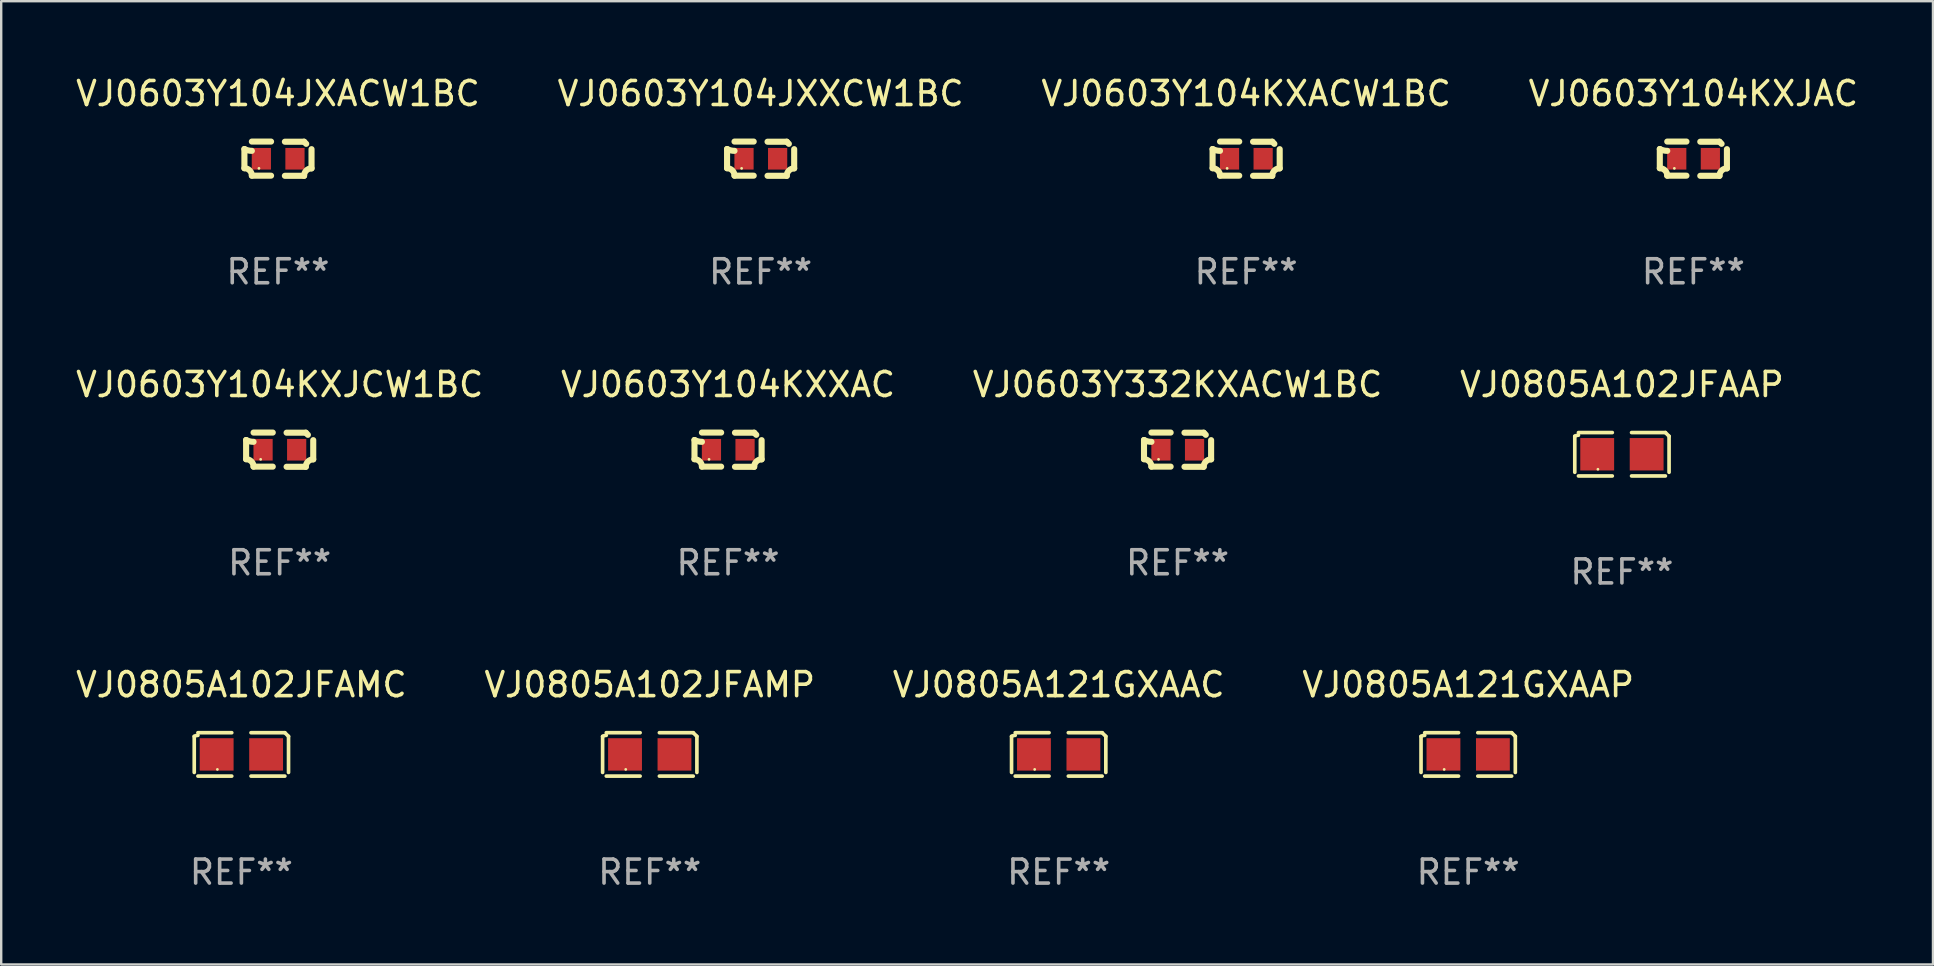
<source format=kicad_pcb>
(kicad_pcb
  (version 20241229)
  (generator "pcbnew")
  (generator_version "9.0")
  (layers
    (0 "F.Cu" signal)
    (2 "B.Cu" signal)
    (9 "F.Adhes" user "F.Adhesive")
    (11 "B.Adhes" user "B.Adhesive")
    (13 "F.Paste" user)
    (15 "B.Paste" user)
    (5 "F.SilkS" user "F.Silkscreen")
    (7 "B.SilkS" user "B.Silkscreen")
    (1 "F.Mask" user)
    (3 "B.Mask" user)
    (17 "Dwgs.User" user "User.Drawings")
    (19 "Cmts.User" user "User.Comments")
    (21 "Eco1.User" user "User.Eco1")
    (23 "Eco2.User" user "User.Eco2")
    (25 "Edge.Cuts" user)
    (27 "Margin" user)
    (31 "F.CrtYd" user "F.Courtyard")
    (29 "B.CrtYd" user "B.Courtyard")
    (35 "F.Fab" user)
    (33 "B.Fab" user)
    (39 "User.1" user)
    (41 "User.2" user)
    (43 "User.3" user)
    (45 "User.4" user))
  (footprint "VJ0805A102JFAMC"
    (layer "F.Cu")
    (at 7.006 28.378)
    (property "Reference" "VJ0805A102JFAMC" (at 0 -2.904 0) (layer "F.SilkS") (effects (font (size 1 1) (thickness 0.15))))
    (attr through_hole)
    (fp_line (start -1.964 0.751) (end -1.964 -0.751) (stroke (width 0.152) (type solid)) (layer "F.SilkS"))
    (fp_line (start -1.811 -0.904) (end -0.401 -0.904) (stroke (width 0.152) (type solid)) (layer "F.SilkS"))
    (fp_line (start -0.401 0.904) (end -1.811 0.904) (stroke (width 0.152) (type solid)) (layer "F.SilkS"))
    (fp_line (start 0.401 0.904) (end 1.811 0.904) (stroke (width 0.152) (type solid)) (layer "F.SilkS"))
    (fp_line (start 1.811 -0.904) (end 0.401 -0.904) (stroke (width 0.152) (type solid)) (layer "F.SilkS"))
    (fp_line (start 1.964 0.751) (end 1.964 -0.751) (stroke (width 0.152) (type solid)) (layer "F.SilkS"))
    (fp_arc (start -1.963602 -0.751207) (mid -1.890354 -0.783131) (end -1.811201 -0.794044) (stroke (width 0.1524) (type solid)) (layer "F.SilkS"))
    (fp_arc (start 1.811202 -0.903607) (mid 1.887413 -0.827418) (end 1.963602 -0.751207) (stroke (width 0.1524) (type solid)) (layer "F.SilkS"))
    (fp_circle (center -1 0.625) (end -0.97 0.625) (stroke (width 0.06) (type solid)) (fill no) (layer "F.SilkS"))
    (fp_text user "REF**" (at 0 4.904 0) (layer "F.Fab") (effects (font (size 1 1) (thickness 0.15))))
    (pad "1" smd rect (at -1.03 0) (size 1.41 1.35) (layers "F.Cu" "F.Mask" "F.Paste"))
    (pad "2" smd rect (at 1.03 0) (size 1.41 1.35) (layers "F.Cu" "F.Mask" "F.Paste")))
  (footprint "VJ0805A121GXAAC"
    (layer "F.Cu")
    (at 41.054 28.378)
    (property "Reference" "VJ0805A121GXAAC" (at 0 -2.904 0) (layer "F.SilkS") (effects (font (size 1 1) (thickness 0.15))))
    (attr through_hole)
    (fp_line (start -1.964 0.751) (end -1.964 -0.751) (stroke (width 0.152) (type solid)) (layer "F.SilkS"))
    (fp_line (start -1.811 -0.904) (end -0.401 -0.904) (stroke (width 0.152) (type solid)) (layer "F.SilkS"))
    (fp_line (start -0.401 0.904) (end -1.811 0.904) (stroke (width 0.152) (type solid)) (layer "F.SilkS"))
    (fp_line (start 0.401 0.904) (end 1.811 0.904) (stroke (width 0.152) (type solid)) (layer "F.SilkS"))
    (fp_line (start 1.811 -0.904) (end 0.401 -0.904) (stroke (width 0.152) (type solid)) (layer "F.SilkS"))
    (fp_line (start 1.964 0.751) (end 1.964 -0.751) (stroke (width 0.152) (type solid)) (layer "F.SilkS"))
    (fp_arc (start -1.963602 -0.751207) (mid -1.890354 -0.783131) (end -1.811201 -0.794044) (stroke (width 0.1524) (type solid)) (layer "F.SilkS"))
    (fp_arc (start 1.811202 -0.903607) (mid 1.887413 -0.827418) (end 1.963602 -0.751207) (stroke (width 0.1524) (type solid)) (layer "F.SilkS"))
    (fp_circle (center -1 0.625) (end -0.97 0.625) (stroke (width 0.06) (type solid)) (fill no) (layer "F.SilkS"))
    (fp_text user "REF**" (at 0 4.904 0) (layer "F.Fab") (effects (font (size 1 1) (thickness 0.15))))
    (pad "1" smd rect (at -1.03 0) (size 1.41 1.35) (layers "F.Cu" "F.Mask" "F.Paste"))
    (pad "2" smd rect (at 1.03 0) (size 1.41 1.35) (layers "F.Cu" "F.Mask" "F.Paste")))
  (footprint "VJ0805A121GXAAP"
    (layer "F.Cu")
    (at 58.113 28.378)
    (property "Reference" "VJ0805A121GXAAP" (at 0 -2.904 0) (layer "F.SilkS") (effects (font (size 1 1) (thickness 0.15))))
    (attr through_hole)
    (fp_line (start -1.964 0.751) (end -1.964 -0.751) (stroke (width 0.152) (type solid)) (layer "F.SilkS"))
    (fp_line (start -1.811 -0.904) (end -0.401 -0.904) (stroke (width 0.152) (type solid)) (layer "F.SilkS"))
    (fp_line (start -0.401 0.904) (end -1.811 0.904) (stroke (width 0.152) (type solid)) (layer "F.SilkS"))
    (fp_line (start 0.401 0.904) (end 1.811 0.904) (stroke (width 0.152) (type solid)) (layer "F.SilkS"))
    (fp_line (start 1.811 -0.904) (end 0.401 -0.904) (stroke (width 0.152) (type solid)) (layer "F.SilkS"))
    (fp_line (start 1.964 0.751) (end 1.964 -0.751) (stroke (width 0.152) (type solid)) (layer "F.SilkS"))
    (fp_arc (start -1.963602 -0.751207) (mid -1.890354 -0.783131) (end -1.811201 -0.794044) (stroke (width 0.1524) (type solid)) (layer "F.SilkS"))
    (fp_arc (start 1.811202 -0.903607) (mid 1.887413 -0.827418) (end 1.963602 -0.751207) (stroke (width 0.1524) (type solid)) (layer "F.SilkS"))
    (fp_circle (center -1 0.625) (end -0.97 0.625) (stroke (width 0.06) (type solid)) (fill no) (layer "F.SilkS"))
    (fp_text user "REF**" (at 0 4.904 0) (layer "F.Fab") (effects (font (size 1 1) (thickness 0.15))))
    (pad "1" smd rect (at -1.03 0) (size 1.41 1.35) (layers "F.Cu" "F.Mask" "F.Paste"))
    (pad "2" smd rect (at 1.03 0) (size 1.41 1.35) (layers "F.Cu" "F.Mask" "F.Paste")))
  (footprint "VJ0603Y332KXACW1BC"
    (layer "F.Cu")
    (at 46.006 15.683)
    (property "Reference" "VJ0603Y332KXACW1BC" (at 0 -2.713 0) (layer "F.SilkS") (effects (font (size 1 1) (thickness 0.15))))
    (attr through_hole)
    (fp_line (start -1.398 -0.403) (end -1.398 0.397) (stroke (width 0.254) (type solid)) (layer "F.SilkS"))
    (fp_line (start -0.288 -0.713) (end -1.088 -0.713) (stroke (width 0.254) (type solid)) (layer "F.SilkS"))
    (fp_line (start -0.288 0.707) (end -1.088 0.707) (stroke (width 0.254) (type solid)) (layer "F.SilkS"))
    (fp_line (start 0.288 -0.707) (end 1.088 -0.707) (stroke (width 0.254) (type solid)) (layer "F.SilkS"))
    (fp_line (start 0.288 0.713) (end 1.088 0.713) (stroke (width 0.254) (type solid)) (layer "F.SilkS"))
    (fp_line (start 1.398 -0.397) (end 1.398 0.403) (stroke (width 0.254) (type solid)) (layer "F.SilkS"))
    (fp_arc (start -1.397789 0.397066) (mid -1.178701 0.487826) (end -1.08796 0.706922) (stroke (width 0.254001) (type solid)) (layer "F.SilkS"))
    (fp_arc (start -1.08796 -0.327176) (mid -1.247436 -0.346384) (end -1.39779 -0.402908) (stroke (width 0.254001) (type solid)) (layer "F.SilkS"))
    (fp_arc (start 1.087909 0.712738) (mid 1.178656 0.493655) (end 1.397739 0.402908) (stroke (width 0.254001) (type solid)) (layer "F.SilkS"))
    (fp_arc (start 1.175925 -0.618926) (mid 1.131917 -0.662923) (end 1.08791 -0.706922) (stroke (width 0.254001) (type solid)) (layer "F.SilkS"))
    (fp_circle (center -0.792 0.403) (end -0.762 0.403) (stroke (width 0.06) (type solid)) (fill no) (layer "F.SilkS"))
    (fp_text user "REF**" (at 0 4.713 0) (layer "F.Fab") (effects (font (size 1 1) (thickness 0.15))))
    (pad "1" smd rect (at -0.692 0.003) (size 0.8 0.9) (layers "F.Cu" "F.Mask" "F.Paste"))
    (pad "2" smd rect (at 0.708 0.003) (size 0.8 0.9) (layers "F.Cu" "F.Mask" "F.Paste")))
  (footprint "VJ0603Y104JXXCW1BC"
    (layer "F.Cu")
    (at 28.637 3.561)
    (property "Reference" "VJ0603Y104JXXCW1BC" (at 0 -2.713 0) (layer "F.SilkS") (effects (font (size 1 1) (thickness 0.15))))
    (attr through_hole)
    (fp_line (start -1.398 -0.403) (end -1.398 0.397) (stroke (width 0.254) (type solid)) (layer "F.SilkS"))
    (fp_line (start -0.288 -0.713) (end -1.088 -0.713) (stroke (width 0.254) (type solid)) (layer "F.SilkS"))
    (fp_line (start -0.288 0.707) (end -1.088 0.707) (stroke (width 0.254) (type solid)) (layer "F.SilkS"))
    (fp_line (start 0.288 -0.707) (end 1.088 -0.707) (stroke (width 0.254) (type solid)) (layer "F.SilkS"))
    (fp_line (start 0.288 0.713) (end 1.088 0.713) (stroke (width 0.254) (type solid)) (layer "F.SilkS"))
    (fp_line (start 1.398 -0.397) (end 1.398 0.403) (stroke (width 0.254) (type solid)) (layer "F.SilkS"))
    (fp_arc (start -1.397789 0.397066) (mid -1.178701 0.487826) (end -1.08796 0.706922) (stroke (width 0.254001) (type solid)) (layer "F.SilkS"))
    (fp_arc (start -1.08796 -0.327176) (mid -1.247436 -0.346384) (end -1.39779 -0.402908) (stroke (width 0.254001) (type solid)) (layer "F.SilkS"))
    (fp_arc (start 1.087909 0.712738) (mid 1.178656 0.493655) (end 1.397739 0.402908) (stroke (width 0.254001) (type solid)) (layer "F.SilkS"))
    (fp_arc (start 1.175925 -0.618926) (mid 1.131917 -0.662923) (end 1.08791 -0.706922) (stroke (width 0.254001) (type solid)) (layer "F.SilkS"))
    (fp_circle (center -0.792 0.403) (end -0.762 0.403) (stroke (width 0.06) (type solid)) (fill no) (layer "F.SilkS"))
    (fp_text user "REF**" (at 0 4.713 0) (layer "F.Fab") (effects (font (size 1 1) (thickness 0.15))))
    (pad "1" smd rect (at -0.692 0.003) (size 0.8 0.9) (layers "F.Cu" "F.Mask" "F.Paste"))
    (pad "2" smd rect (at 0.708 0.003) (size 0.8 0.9) (layers "F.Cu" "F.Mask" "F.Paste")))
  (footprint "VJ0603Y104JXACW1BC"
    (layer "F.Cu")
    (at 8.53 3.561)
    (property "Reference" "VJ0603Y104JXACW1BC" (at 0 -2.713 0) (layer "F.SilkS") (effects (font (size 1 1) (thickness 0.15))))
    (attr through_hole)
    (fp_line (start -1.398 -0.403) (end -1.398 0.397) (stroke (width 0.254) (type solid)) (layer "F.SilkS"))
    (fp_line (start -0.288 -0.713) (end -1.088 -0.713) (stroke (width 0.254) (type solid)) (layer "F.SilkS"))
    (fp_line (start -0.288 0.707) (end -1.088 0.707) (stroke (width 0.254) (type solid)) (layer "F.SilkS"))
    (fp_line (start 0.288 -0.707) (end 1.088 -0.707) (stroke (width 0.254) (type solid)) (layer "F.SilkS"))
    (fp_line (start 0.288 0.713) (end 1.088 0.713) (stroke (width 0.254) (type solid)) (layer "F.SilkS"))
    (fp_line (start 1.398 -0.397) (end 1.398 0.403) (stroke (width 0.254) (type solid)) (layer "F.SilkS"))
    (fp_arc (start -1.397789 0.397066) (mid -1.178701 0.487826) (end -1.08796 0.706922) (stroke (width 0.254001) (type solid)) (layer "F.SilkS"))
    (fp_arc (start -1.08796 -0.327176) (mid -1.247436 -0.346384) (end -1.39779 -0.402908) (stroke (width 0.254001) (type solid)) (layer "F.SilkS"))
    (fp_arc (start 1.087909 0.712738) (mid 1.178656 0.493655) (end 1.397739 0.402908) (stroke (width 0.254001) (type solid)) (layer "F.SilkS"))
    (fp_arc (start 1.175925 -0.618926) (mid 1.131917 -0.662923) (end 1.08791 -0.706922) (stroke (width 0.254001) (type solid)) (layer "F.SilkS"))
    (fp_circle (center -0.792 0.403) (end -0.762 0.403) (stroke (width 0.06) (type solid)) (fill no) (layer "F.SilkS"))
    (fp_text user "REF**" (at 0 4.713 0) (layer "F.Fab") (effects (font (size 1 1) (thickness 0.15))))
    (pad "1" smd rect (at -0.692 0.003) (size 0.8 0.9) (layers "F.Cu" "F.Mask" "F.Paste"))
    (pad "2" smd rect (at 0.708 0.003) (size 0.8 0.9) (layers "F.Cu" "F.Mask" "F.Paste")))
  (footprint "VJ0603Y104KXJCW1BC"
    (layer "F.Cu")
    (at 8.601 15.683)
    (property "Reference" "VJ0603Y104KXJCW1BC" (at 0 -2.713 0) (layer "F.SilkS") (effects (font (size 1 1) (thickness 0.15))))
    (attr through_hole)
    (fp_line (start -1.398 -0.403) (end -1.398 0.397) (stroke (width 0.254) (type solid)) (layer "F.SilkS"))
    (fp_line (start -0.288 -0.713) (end -1.088 -0.713) (stroke (width 0.254) (type solid)) (layer "F.SilkS"))
    (fp_line (start -0.288 0.707) (end -1.088 0.707) (stroke (width 0.254) (type solid)) (layer "F.SilkS"))
    (fp_line (start 0.288 -0.707) (end 1.088 -0.707) (stroke (width 0.254) (type solid)) (layer "F.SilkS"))
    (fp_line (start 0.288 0.713) (end 1.088 0.713) (stroke (width 0.254) (type solid)) (layer "F.SilkS"))
    (fp_line (start 1.398 -0.397) (end 1.398 0.403) (stroke (width 0.254) (type solid)) (layer "F.SilkS"))
    (fp_arc (start -1.397789 0.397066) (mid -1.178701 0.487826) (end -1.08796 0.706922) (stroke (width 0.254001) (type solid)) (layer "F.SilkS"))
    (fp_arc (start -1.08796 -0.327176) (mid -1.247436 -0.346384) (end -1.39779 -0.402908) (stroke (width 0.254001) (type solid)) (layer "F.SilkS"))
    (fp_arc (start 1.087909 0.712738) (mid 1.178656 0.493655) (end 1.397739 0.402908) (stroke (width 0.254001) (type solid)) (layer "F.SilkS"))
    (fp_arc (start 1.175925 -0.618926) (mid 1.131917 -0.662923) (end 1.08791 -0.706922) (stroke (width 0.254001) (type solid)) (layer "F.SilkS"))
    (fp_circle (center -0.792 0.403) (end -0.762 0.403) (stroke (width 0.06) (type solid)) (fill no) (layer "F.SilkS"))
    (fp_text user "REF**" (at 0 4.713 0) (layer "F.Fab") (effects (font (size 1 1) (thickness 0.15))))
    (pad "1" smd rect (at -0.692 0.003) (size 0.8 0.9) (layers "F.Cu" "F.Mask" "F.Paste"))
    (pad "2" smd rect (at 0.708 0.003) (size 0.8 0.9) (layers "F.Cu" "F.Mask" "F.Paste")))
  (footprint "VJ0603Y104KXACW1BC"
    (layer "F.Cu")
    (at 48.863 3.561)
    (property "Reference" "VJ0603Y104KXACW1BC" (at 0 -2.713 0) (layer "F.SilkS") (effects (font (size 1 1) (thickness 0.15))))
    (attr through_hole)
    (fp_line (start -1.398 -0.403) (end -1.398 0.397) (stroke (width 0.254) (type solid)) (layer "F.SilkS"))
    (fp_line (start -0.288 -0.713) (end -1.088 -0.713) (stroke (width 0.254) (type solid)) (layer "F.SilkS"))
    (fp_line (start -0.288 0.707) (end -1.088 0.707) (stroke (width 0.254) (type solid)) (layer "F.SilkS"))
    (fp_line (start 0.288 -0.707) (end 1.088 -0.707) (stroke (width 0.254) (type solid)) (layer "F.SilkS"))
    (fp_line (start 0.288 0.713) (end 1.088 0.713) (stroke (width 0.254) (type solid)) (layer "F.SilkS"))
    (fp_line (start 1.398 -0.397) (end 1.398 0.403) (stroke (width 0.254) (type solid)) (layer "F.SilkS"))
    (fp_arc (start -1.397789 0.397066) (mid -1.178701 0.487826) (end -1.08796 0.706922) (stroke (width 0.254001) (type solid)) (layer "F.SilkS"))
    (fp_arc (start -1.08796 -0.327176) (mid -1.247436 -0.346384) (end -1.39779 -0.402908) (stroke (width 0.254001) (type solid)) (layer "F.SilkS"))
    (fp_arc (start 1.087909 0.712738) (mid 1.178656 0.493655) (end 1.397739 0.402908) (stroke (width 0.254001) (type solid)) (layer "F.SilkS"))
    (fp_arc (start 1.175925 -0.618926) (mid 1.131917 -0.662923) (end 1.08791 -0.706922) (stroke (width 0.254001) (type solid)) (layer "F.SilkS"))
    (fp_circle (center -0.792 0.403) (end -0.762 0.403) (stroke (width 0.06) (type solid)) (fill no) (layer "F.SilkS"))
    (fp_text user "REF**" (at 0 4.713 0) (layer "F.Fab") (effects (font (size 1 1) (thickness 0.15))))
    (pad "1" smd rect (at -0.692 0.003) (size 0.8 0.9) (layers "F.Cu" "F.Mask" "F.Paste"))
    (pad "2" smd rect (at 0.708 0.003) (size 0.8 0.9) (layers "F.Cu" "F.Mask" "F.Paste")))
  (footprint "VJ0805A102JFAAP"
    (layer "F.Cu")
    (at 64.518 15.874)
    (property "Reference" "VJ0805A102JFAAP" (at 0 -2.904 0) (layer "F.SilkS") (effects (font (size 1 1) (thickness 0.15))))
    (attr through_hole)
    (fp_line (start -1.964 0.751) (end -1.964 -0.751) (stroke (width 0.152) (type solid)) (layer "F.SilkS"))
    (fp_line (start -1.811 -0.904) (end -0.401 -0.904) (stroke (width 0.152) (type solid)) (layer "F.SilkS"))
    (fp_line (start -0.401 0.904) (end -1.811 0.904) (stroke (width 0.152) (type solid)) (layer "F.SilkS"))
    (fp_line (start 0.401 0.904) (end 1.811 0.904) (stroke (width 0.152) (type solid)) (layer "F.SilkS"))
    (fp_line (start 1.811 -0.904) (end 0.401 -0.904) (stroke (width 0.152) (type solid)) (layer "F.SilkS"))
    (fp_line (start 1.964 0.751) (end 1.964 -0.751) (stroke (width 0.152) (type solid)) (layer "F.SilkS"))
    (fp_arc (start -1.963602 -0.751207) (mid -1.890354 -0.783131) (end -1.811201 -0.794044) (stroke (width 0.1524) (type solid)) (layer "F.SilkS"))
    (fp_arc (start 1.811202 -0.903607) (mid 1.887413 -0.827418) (end 1.963602 -0.751207) (stroke (width 0.1524) (type solid)) (layer "F.SilkS"))
    (fp_circle (center -1 0.625) (end -0.97 0.625) (stroke (width 0.06) (type solid)) (fill no) (layer "F.SilkS"))
    (fp_text user "REF**" (at 0 4.904 0) (layer "F.Fab") (effects (font (size 1 1) (thickness 0.15))))
    (pad "1" smd rect (at -1.03 0) (size 1.41 1.35) (layers "F.Cu" "F.Mask" "F.Paste"))
    (pad "2" smd rect (at 1.03 0) (size 1.41 1.35) (layers "F.Cu" "F.Mask" "F.Paste")))
  (footprint "VJ0603Y104KXJAC"
    (layer "F.Cu")
    (at 67.494 3.561)
    (property "Reference" "VJ0603Y104KXJAC" (at 0 -2.713 0) (layer "F.SilkS") (effects (font (size 1 1) (thickness 0.15))))
    (attr through_hole)
    (fp_line (start -1.398 -0.403) (end -1.398 0.397) (stroke (width 0.254) (type solid)) (layer "F.SilkS"))
    (fp_line (start -0.288 -0.713) (end -1.088 -0.713) (stroke (width 0.254) (type solid)) (layer "F.SilkS"))
    (fp_line (start -0.288 0.707) (end -1.088 0.707) (stroke (width 0.254) (type solid)) (layer "F.SilkS"))
    (fp_line (start 0.288 -0.707) (end 1.088 -0.707) (stroke (width 0.254) (type solid)) (layer "F.SilkS"))
    (fp_line (start 0.288 0.713) (end 1.088 0.713) (stroke (width 0.254) (type solid)) (layer "F.SilkS"))
    (fp_line (start 1.398 -0.397) (end 1.398 0.403) (stroke (width 0.254) (type solid)) (layer "F.SilkS"))
    (fp_arc (start -1.397789 0.397066) (mid -1.178701 0.487826) (end -1.08796 0.706922) (stroke (width 0.254001) (type solid)) (layer "F.SilkS"))
    (fp_arc (start -1.08796 -0.327176) (mid -1.247436 -0.346384) (end -1.39779 -0.402908) (stroke (width 0.254001) (type solid)) (layer "F.SilkS"))
    (fp_arc (start 1.087909 0.712738) (mid 1.178656 0.493655) (end 1.397739 0.402908) (stroke (width 0.254001) (type solid)) (layer "F.SilkS"))
    (fp_arc (start 1.175925 -0.618926) (mid 1.131917 -0.662923) (end 1.08791 -0.706922) (stroke (width 0.254001) (type solid)) (layer "F.SilkS"))
    (fp_circle (center -0.792 0.403) (end -0.762 0.403) (stroke (width 0.06) (type solid)) (fill no) (layer "F.SilkS"))
    (fp_text user "REF**" (at 0 4.713 0) (layer "F.Fab") (effects (font (size 1 1) (thickness 0.15))))
    (pad "1" smd rect (at -0.692 0.003) (size 0.8 0.9) (layers "F.Cu" "F.Mask" "F.Paste"))
    (pad "2" smd rect (at 0.708 0.003) (size 0.8 0.9) (layers "F.Cu" "F.Mask" "F.Paste")))
  (footprint "VJ0603Y104KXXAC"
    (layer "F.Cu")
    (at 27.28 15.683)
    (property "Reference" "VJ0603Y104KXXAC" (at 0 -2.713 0) (layer "F.SilkS") (effects (font (size 1 1) (thickness 0.15))))
    (attr through_hole)
    (fp_line (start -1.398 -0.403) (end -1.398 0.397) (stroke (width 0.254) (type solid)) (layer "F.SilkS"))
    (fp_line (start -0.288 -0.713) (end -1.088 -0.713) (stroke (width 0.254) (type solid)) (layer "F.SilkS"))
    (fp_line (start -0.288 0.707) (end -1.088 0.707) (stroke (width 0.254) (type solid)) (layer "F.SilkS"))
    (fp_line (start 0.288 -0.707) (end 1.088 -0.707) (stroke (width 0.254) (type solid)) (layer "F.SilkS"))
    (fp_line (start 0.288 0.713) (end 1.088 0.713) (stroke (width 0.254) (type solid)) (layer "F.SilkS"))
    (fp_line (start 1.398 -0.397) (end 1.398 0.403) (stroke (width 0.254) (type solid)) (layer "F.SilkS"))
    (fp_arc (start -1.397789 0.397066) (mid -1.178701 0.487826) (end -1.08796 0.706922) (stroke (width 0.254001) (type solid)) (layer "F.SilkS"))
    (fp_arc (start -1.08796 -0.327176) (mid -1.247436 -0.346384) (end -1.39779 -0.402908) (stroke (width 0.254001) (type solid)) (layer "F.SilkS"))
    (fp_arc (start 1.087909 0.712738) (mid 1.178656 0.493655) (end 1.397739 0.402908) (stroke (width 0.254001) (type solid)) (layer "F.SilkS"))
    (fp_arc (start 1.175925 -0.618926) (mid 1.131917 -0.662923) (end 1.08791 -0.706922) (stroke (width 0.254001) (type solid)) (layer "F.SilkS"))
    (fp_circle (center -0.792 0.403) (end -0.762 0.403) (stroke (width 0.06) (type solid)) (fill no) (layer "F.SilkS"))
    (fp_text user "REF**" (at 0 4.713 0) (layer "F.Fab") (effects (font (size 1 1) (thickness 0.15))))
    (pad "1" smd rect (at -0.692 0.003) (size 0.8 0.9) (layers "F.Cu" "F.Mask" "F.Paste"))
    (pad "2" smd rect (at 0.708 0.003) (size 0.8 0.9) (layers "F.Cu" "F.Mask" "F.Paste")))
  (footprint "VJ0805A102JFAMP"
    (layer "F.Cu")
    (at 24.018 28.378)
    (property "Reference" "VJ0805A102JFAMP" (at 0 -2.904 0) (layer "F.SilkS") (effects (font (size 1 1) (thickness 0.15))))
    (attr through_hole)
    (fp_line (start -1.964 0.751) (end -1.964 -0.751) (stroke (width 0.152) (type solid)) (layer "F.SilkS"))
    (fp_line (start -1.811 -0.904) (end -0.401 -0.904) (stroke (width 0.152) (type solid)) (layer "F.SilkS"))
    (fp_line (start -0.401 0.904) (end -1.811 0.904) (stroke (width 0.152) (type solid)) (layer "F.SilkS"))
    (fp_line (start 0.401 0.904) (end 1.811 0.904) (stroke (width 0.152) (type solid)) (layer "F.SilkS"))
    (fp_line (start 1.811 -0.904) (end 0.401 -0.904) (stroke (width 0.152) (type solid)) (layer "F.SilkS"))
    (fp_line (start 1.964 0.751) (end 1.964 -0.751) (stroke (width 0.152) (type solid)) (layer "F.SilkS"))
    (fp_arc (start -1.963602 -0.751207) (mid -1.890354 -0.783131) (end -1.811201 -0.794044) (stroke (width 0.1524) (type solid)) (layer "F.SilkS"))
    (fp_arc (start 1.811202 -0.903607) (mid 1.887413 -0.827418) (end 1.963602 -0.751207) (stroke (width 0.1524) (type solid)) (layer "F.SilkS"))
    (fp_circle (center -1 0.625) (end -0.97 0.625) (stroke (width 0.06) (type solid)) (fill no) (layer "F.SilkS"))
    (fp_text user "REF**" (at 0 4.904 0) (layer "F.Fab") (effects (font (size 1 1) (thickness 0.15))))
    (pad "1" smd rect (at -1.03 0) (size 1.41 1.35) (layers "F.Cu" "F.Mask" "F.Paste"))
    (pad "2" smd rect (at 1.03 0) (size 1.41 1.35) (layers "F.Cu" "F.Mask" "F.Paste")))
  (gr_rect
    (start -3 -3)
    (end 77.476 37.129)
    (stroke (width 0.1) (type default))
    (fill no)
    (layer "Edge.Cuts")))
</source>
